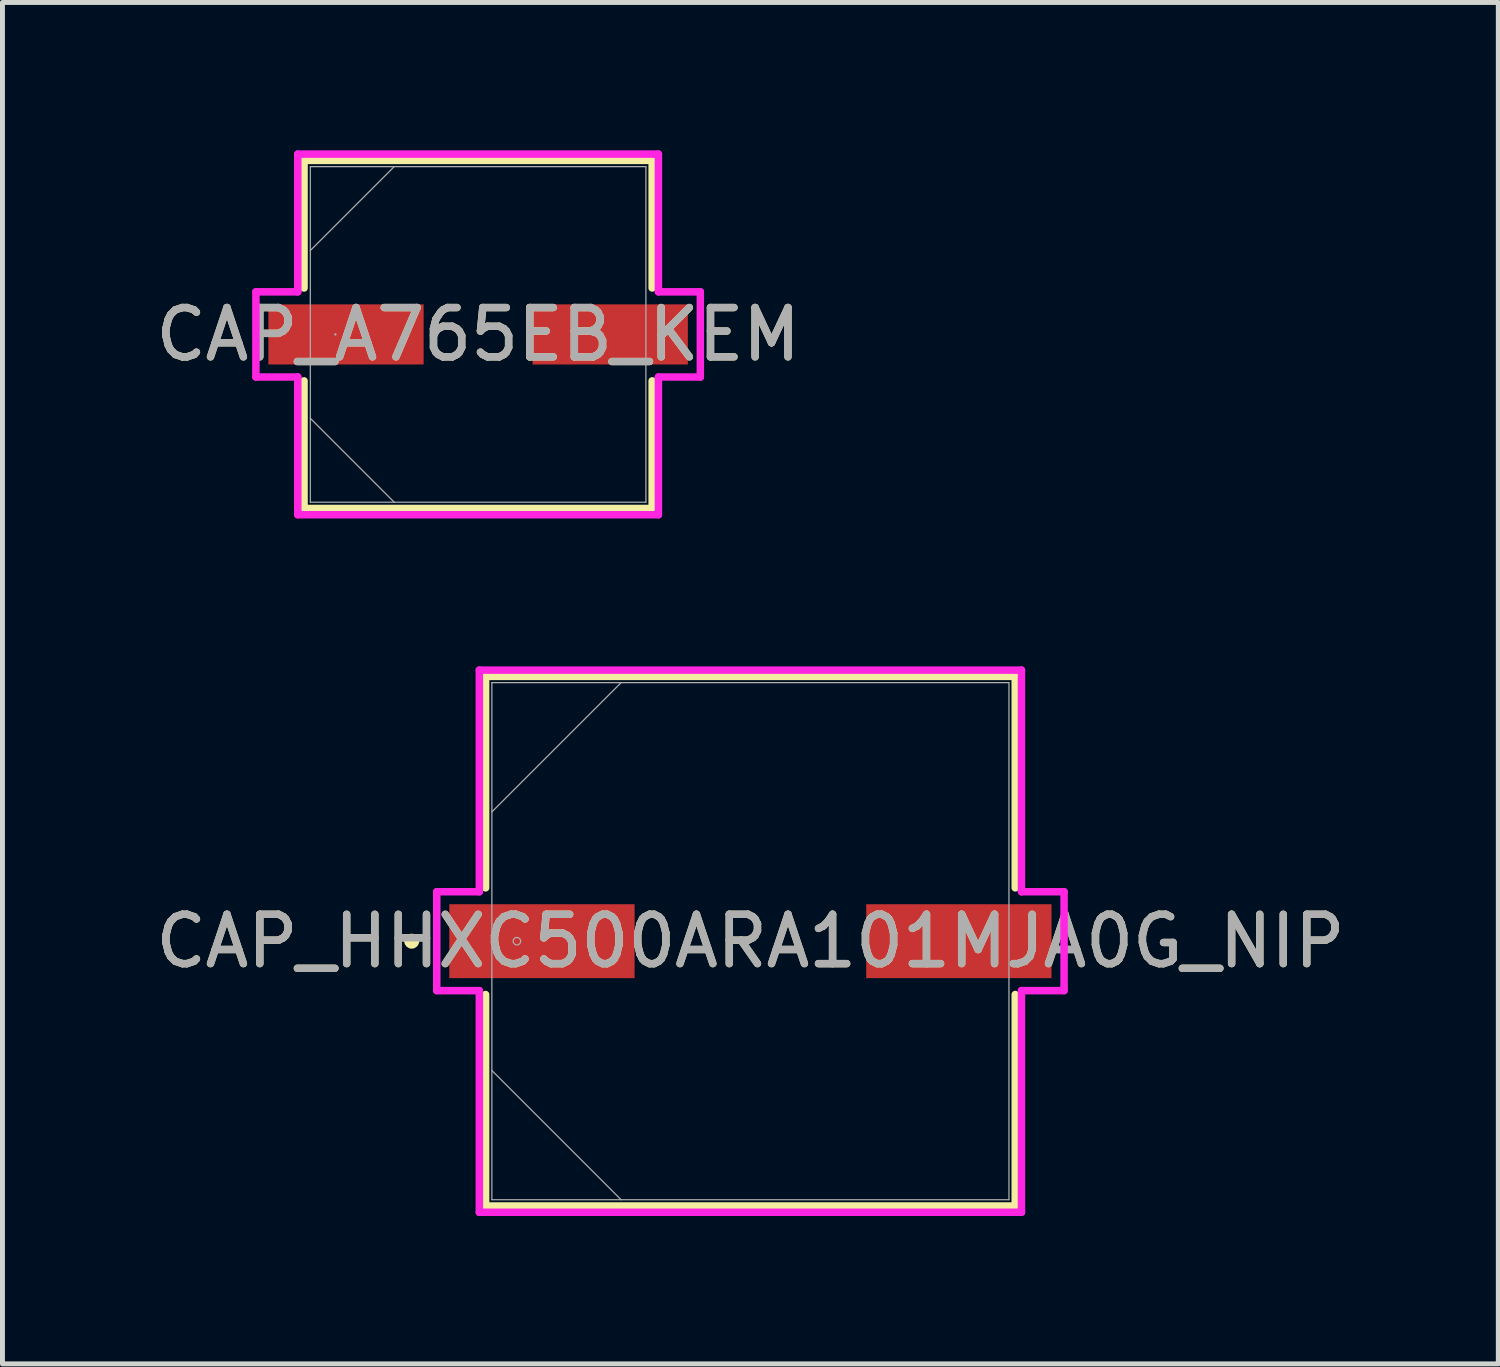
<source format=kicad_pcb>
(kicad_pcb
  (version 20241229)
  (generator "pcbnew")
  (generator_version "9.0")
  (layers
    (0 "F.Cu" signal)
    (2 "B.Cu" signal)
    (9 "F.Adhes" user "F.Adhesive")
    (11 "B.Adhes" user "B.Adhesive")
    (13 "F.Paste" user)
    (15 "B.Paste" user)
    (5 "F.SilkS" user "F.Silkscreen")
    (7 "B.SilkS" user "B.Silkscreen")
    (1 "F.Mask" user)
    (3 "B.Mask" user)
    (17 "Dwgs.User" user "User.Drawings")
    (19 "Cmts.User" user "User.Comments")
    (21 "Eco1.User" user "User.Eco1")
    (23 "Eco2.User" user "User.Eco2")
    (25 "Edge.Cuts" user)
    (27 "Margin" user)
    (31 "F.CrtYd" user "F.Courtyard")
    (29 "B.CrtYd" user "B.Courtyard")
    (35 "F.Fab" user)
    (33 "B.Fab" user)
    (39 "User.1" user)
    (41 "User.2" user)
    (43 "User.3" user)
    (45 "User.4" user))
  (footprint "CAP_A765EB_KEM"
    (layer "F.Cu")
    (at 6.649 3.734)
    (property "Reference" "CAP_A765EB_KEM" (at 0 0 0) (unlocked yes) (layer "F.SilkS") (effects (font (size 1 1) (thickness 0.15))))
    (attr smd)
    (fp_line (start -3.531 -3.531) (end -3.531 -0.942) (stroke (width 0.152) (type solid)) (layer "F.SilkS"))
    (fp_line (start -3.531 0.942) (end -3.531 3.531) (stroke (width 0.152) (type solid)) (layer "F.SilkS"))
    (fp_line (start -3.531 3.531) (end 3.531 3.531) (stroke (width 0.152) (type solid)) (layer "F.SilkS"))
    (fp_line (start 3.531 -3.531) (end -3.531 -3.531) (stroke (width 0.152) (type solid)) (layer "F.SilkS"))
    (fp_line (start 3.531 -0.942) (end 3.531 -3.531) (stroke (width 0.152) (type solid)) (layer "F.SilkS"))
    (fp_line (start 3.531 3.531) (end 3.531 0.942) (stroke (width 0.152) (type solid)) (layer "F.SilkS"))
    (fp_line (start -4.508 -0.864) (end -3.658 -0.864) (stroke (width 0.152) (type solid)) (layer "F.CrtYd"))
    (fp_line (start -4.508 0.864) (end -4.508 -0.864) (stroke (width 0.152) (type solid)) (layer "F.CrtYd"))
    (fp_line (start -3.658 -3.658) (end 3.658 -3.658) (stroke (width 0.152) (type solid)) (layer "F.CrtYd"))
    (fp_line (start -3.658 -0.864) (end -3.658 -3.658) (stroke (width 0.152) (type solid)) (layer "F.CrtYd"))
    (fp_line (start -3.658 0.864) (end -4.508 0.864) (stroke (width 0.152) (type solid)) (layer "F.CrtYd"))
    (fp_line (start -3.658 3.658) (end -3.658 0.864) (stroke (width 0.152) (type solid)) (layer "F.CrtYd"))
    (fp_line (start 3.658 -3.658) (end 3.658 -0.864) (stroke (width 0.152) (type solid)) (layer "F.CrtYd"))
    (fp_line (start 3.658 -0.864) (end 4.508 -0.864) (stroke (width 0.152) (type solid)) (layer "F.CrtYd"))
    (fp_line (start 3.658 0.864) (end 3.658 3.658) (stroke (width 0.152) (type solid)) (layer "F.CrtYd"))
    (fp_line (start 3.658 3.658) (end -3.658 3.658) (stroke (width 0.152) (type solid)) (layer "F.CrtYd"))
    (fp_line (start 4.508 -0.864) (end 4.508 0.864) (stroke (width 0.152) (type solid)) (layer "F.CrtYd"))
    (fp_line (start 4.508 0.864) (end 3.658 0.864) (stroke (width 0.152) (type solid)) (layer "F.CrtYd"))
    (fp_line (start -3.404 -3.404) (end -3.404 3.404) (stroke (width 0.025) (type solid)) (layer "F.Fab"))
    (fp_line (start -3.404 -1.702) (end -1.702 -3.404) (stroke (width 0.025) (type solid)) (layer "F.Fab"))
    (fp_line (start -3.404 1.702) (end -1.702 3.404) (stroke (width 0.025) (type solid)) (layer "F.Fab"))
    (fp_line (start -3.404 3.404) (end 3.404 3.404) (stroke (width 0.025) (type solid)) (layer "F.Fab"))
    (fp_line (start 3.404 -3.404) (end -3.404 -3.404) (stroke (width 0.025) (type solid)) (layer "F.Fab"))
    (fp_line (start 3.404 3.404) (end 3.404 -3.404) (stroke (width 0.025) (type solid)) (layer "F.Fab"))
    (fp_circle (center -2.896 0) (end -2.896 0) (stroke (width 0.025) (type solid)) (fill no) (layer "F.Fab"))
    (fp_text user "${REFERENCE}" (at 0 0 0) (unlocked yes) (layer "F.Fab") (effects (font (size 1 1) (thickness 0.15))))
    (pad "1" smd rect (at -2.68 0) (size 3.15 1.219) (layers "F.Cu" "F.Mask" "F.Paste"))
    (pad "2" smd rect (at 2.68 0) (size 3.15 1.219) (layers "F.Cu" "F.Mask" "F.Paste"))
    (zone (net_name "") (layer "F.Cu") (hatch full 0.508) (connect_pads) (min_thickness 0.254) (filled_areas_thickness no) (keepout (tracks not_allowed) (vias not_allowed) (pads allowed) (copperpour not_allowed) (footprints allowed)) (placement (enabled no)) (fill) (polygon (pts (xy 3.296 0.381) (xy 10.002 0.381) (xy 10.002 3.073) (xy 3.296 3.073))))
    (zone (net_name "") (layer "F.Cu") (hatch full 0.508) (connect_pads) (min_thickness 0.254) (filled_areas_thickness no) (keepout (tracks not_allowed) (vias not_allowed) (pads allowed) (copperpour not_allowed) (footprints allowed)) (placement (enabled no)) (fill) (polygon (pts (xy 3.296 4.394) (xy 10.002 4.394) (xy 10.002 7.087) (xy 3.296 7.087))))
    (zone (net_name "") (layer "F.Cu") (hatch full 0.508) (connect_pads) (min_thickness 0.254) (filled_areas_thickness no) (keepout (tracks not_allowed) (vias not_allowed) (pads allowed) (copperpour not_allowed) (footprints allowed)) (placement (enabled no)) (fill) (polygon (pts (xy 5.595 3.073) (xy 7.703 3.073) (xy 7.703 4.394) (xy 5.595 4.394)))))
  (footprint "CAP_HHXC500ARA101MJA0G_NIP"
    (layer "F.Cu")
    (at 12.173 16.043)
    (property "Reference" "CAP_HHXC500ARA101MJA0G_NIP" (at 0 0 0) (unlocked yes) (layer "F.SilkS") (effects (font (size 1 1) (thickness 0.15))))
    (attr smd)
    (fp_line (start -5.372 -5.372) (end -5.372 -1.082) (stroke (width 0.152) (type solid)) (layer "F.SilkS"))
    (fp_line (start -5.372 1.082) (end -5.372 5.372) (stroke (width 0.152) (type solid)) (layer "F.SilkS"))
    (fp_line (start -5.372 5.372) (end 5.372 5.372) (stroke (width 0.152) (type solid)) (layer "F.SilkS"))
    (fp_line (start 5.372 -5.372) (end -5.372 -5.372) (stroke (width 0.152) (type solid)) (layer "F.SilkS"))
    (fp_line (start 5.372 -1.082) (end 5.372 -5.372) (stroke (width 0.152) (type solid)) (layer "F.SilkS"))
    (fp_line (start 5.372 5.372) (end 5.372 1.082) (stroke (width 0.152) (type solid)) (layer "F.SilkS"))
    (fp_circle (center -6.871 0) (end -6.795 0) (stroke (width 0.152) (type solid)) (fill no) (layer "F.SilkS"))
    (fp_line (start -6.363 -1.003) (end -5.499 -1.003) (stroke (width 0.152) (type solid)) (layer "F.CrtYd"))
    (fp_line (start -6.363 1.003) (end -6.363 -1.003) (stroke (width 0.152) (type solid)) (layer "F.CrtYd"))
    (fp_line (start -5.499 -5.499) (end 5.499 -5.499) (stroke (width 0.152) (type solid)) (layer "F.CrtYd"))
    (fp_line (start -5.499 -1.003) (end -5.499 -5.499) (stroke (width 0.152) (type solid)) (layer "F.CrtYd"))
    (fp_line (start -5.499 1.003) (end -6.363 1.003) (stroke (width 0.152) (type solid)) (layer "F.CrtYd"))
    (fp_line (start -5.499 5.499) (end -5.499 1.003) (stroke (width 0.152) (type solid)) (layer "F.CrtYd"))
    (fp_line (start 5.499 -5.499) (end 5.499 -1.003) (stroke (width 0.152) (type solid)) (layer "F.CrtYd"))
    (fp_line (start 5.499 -1.003) (end 6.363 -1.003) (stroke (width 0.152) (type solid)) (layer "F.CrtYd"))
    (fp_line (start 5.499 1.003) (end 5.499 5.499) (stroke (width 0.152) (type solid)) (layer "F.CrtYd"))
    (fp_line (start 5.499 5.499) (end -5.499 5.499) (stroke (width 0.152) (type solid)) (layer "F.CrtYd"))
    (fp_line (start 6.363 -1.003) (end 6.363 1.003) (stroke (width 0.152) (type solid)) (layer "F.CrtYd"))
    (fp_line (start 6.363 1.003) (end 5.499 1.003) (stroke (width 0.152) (type solid)) (layer "F.CrtYd"))
    (fp_line (start -5.245 -5.245) (end -5.245 5.245) (stroke (width 0.025) (type solid)) (layer "F.Fab"))
    (fp_line (start -5.245 -2.623) (end -2.623 -5.245) (stroke (width 0.025) (type solid)) (layer "F.Fab"))
    (fp_line (start -5.245 2.623) (end -2.623 5.245) (stroke (width 0.025) (type solid)) (layer "F.Fab"))
    (fp_line (start -5.245 5.245) (end 5.245 5.245) (stroke (width 0.025) (type solid)) (layer "F.Fab"))
    (fp_line (start 5.245 -5.245) (end -5.245 -5.245) (stroke (width 0.025) (type solid)) (layer "F.Fab"))
    (fp_line (start 5.245 5.245) (end 5.245 -5.245) (stroke (width 0.025) (type solid)) (layer "F.Fab"))
    (fp_circle (center -4.737 0) (end -4.661 0) (stroke (width 0.025) (type solid)) (fill no) (layer "F.Fab"))
    (fp_text user "${REFERENCE}" (at 0 0 0) (unlocked yes) (layer "F.Fab") (effects (font (size 1 1) (thickness 0.15))))
    (pad "1" smd rect (at -4.229 0) (size 3.759 1.499) (layers "F.Cu" "F.Mask" "F.Paste"))
    (pad "2" smd rect (at 4.229 0) (size 3.759 1.499) (layers "F.Cu" "F.Mask" "F.Paste"))
    (zone (net_name "") (layer "F.Cu") (hatch full 0.508) (connect_pads) (min_thickness 0.254) (filled_areas_thickness no) (keepout (tracks not_allowed) (vias not_allowed) (pads allowed) (copperpour not_allowed) (footprints allowed)) (placement (enabled no)) (fill) (polygon (pts (xy 6.978 10.849) (xy 17.367 10.849) (xy 17.367 15.243) (xy 6.978 15.243))))
    (zone (net_name "") (layer "F.Cu") (hatch full 0.508) (connect_pads) (min_thickness 0.254) (filled_areas_thickness no) (keepout (tracks not_allowed) (vias not_allowed) (pads allowed) (copperpour not_allowed) (footprints allowed)) (placement (enabled no)) (fill) (polygon (pts (xy 6.978 16.843) (xy 17.367 16.843) (xy 17.367 21.237) (xy 6.978 21.237))))
    (zone (net_name "") (layer "F.Cu") (hatch full 0.508) (connect_pads) (min_thickness 0.254) (filled_areas_thickness no) (keepout (tracks not_allowed) (vias not_allowed) (pads allowed) (copperpour not_allowed) (footprints allowed)) (placement (enabled no)) (fill) (polygon (pts (xy 9.874 15.243) (xy 14.471 15.243) (xy 14.471 16.843) (xy 9.874 16.843)))))
  (gr_rect
    (start -3 -3)
    (end 27.345 24.618)
    (stroke (width 0.1) (type default))
    (fill no)
    (layer "Edge.Cuts")))
</source>
